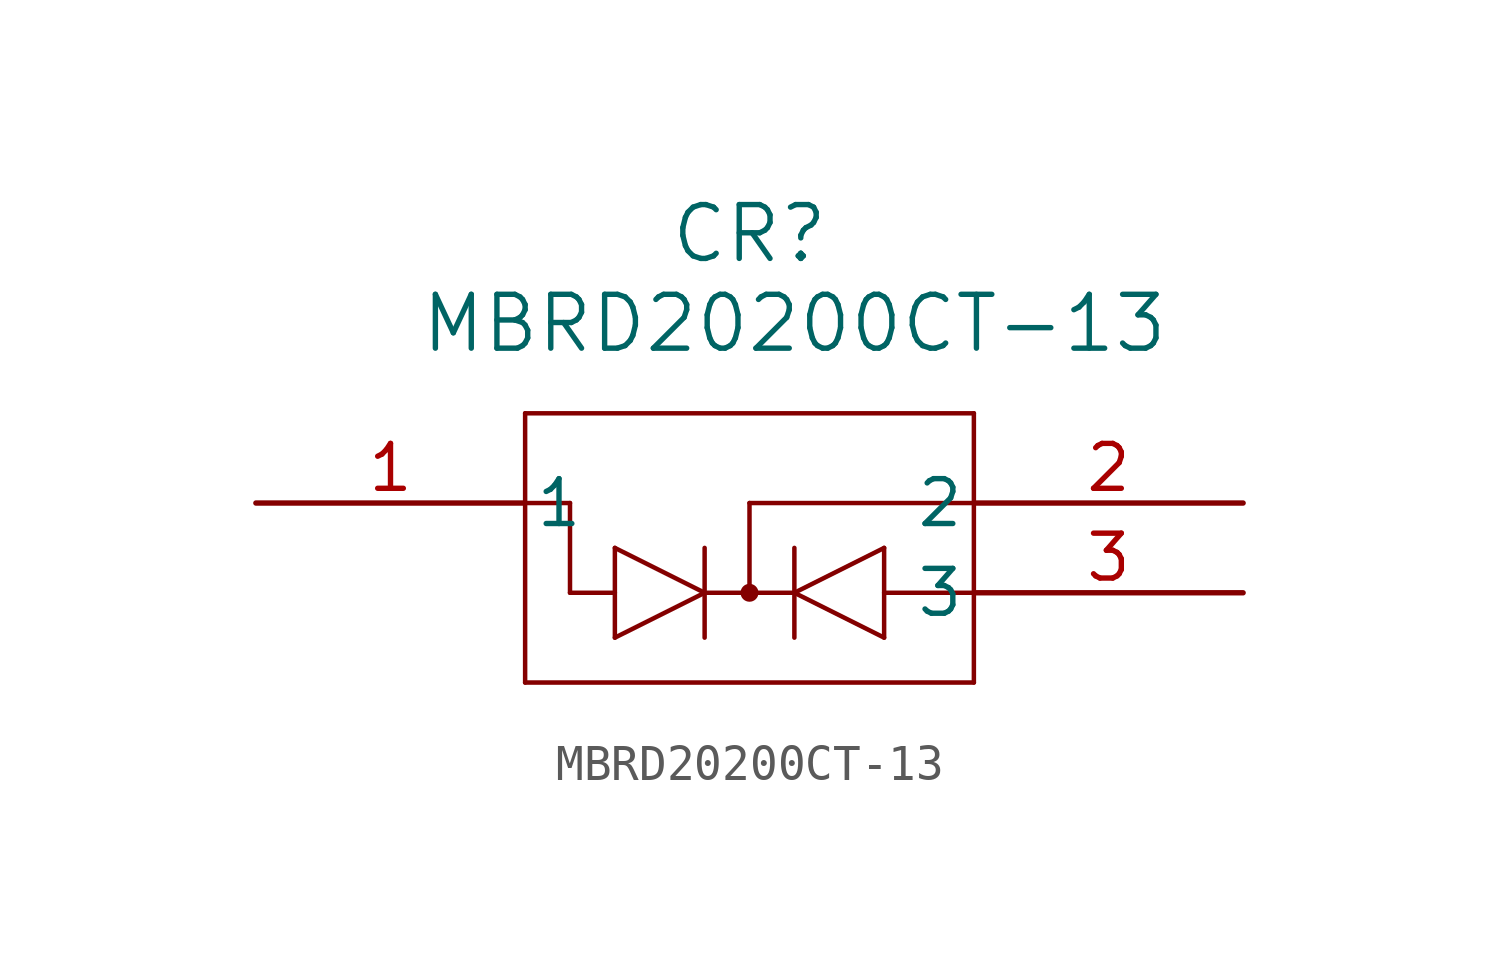
<source format=kicad_sym>
(kicad_symbol_lib
  (version 20211014)
  (generator kicad_symbol_editor)
  (symbol "MBRD20200CT-13"
    (pin_names
      (offset 0.254))
    (property "Reference" "CR"
      (at 13.97 7.62 0)
      (effects (font (size 1.524 1.524))))
    (property "Value" "MBRD20200CT-13"
      (at 15.24 5.08 0)
      (effects (font (size 1.524 1.524))))
    (symbol "MBRD20200CT-13_0_1"
      (polyline (pts (xy 7.62 2.54) (xy 7.62 -5.08)) (stroke (width 0.127) (type default) (color 0 0 0 0)) (fill (type none)))
      (polyline (pts (xy 7.62 -5.08) (xy 20.32 -5.08)) (stroke (width 0.127) (type default) (color 0 0 0 0)) (fill (type none)))
      (polyline (pts (xy 20.32 -5.08) (xy 20.32 2.54)) (stroke (width 0.127) (type default) (color 0 0 0 0)) (fill (type none)))
      (polyline (pts (xy 20.32 2.54) (xy 7.62 2.54)) (stroke (width 0.127) (type default) (color 0 0 0 0)) (fill (type none)))
      (polyline (pts (xy 7.62 0) (xy 8.89 0)) (stroke (width 0.127) (type default) (color 0 0 0 0)) (fill (type none)))
      (polyline (pts (xy 8.89 0) (xy 8.89 -2.54)) (stroke (width 0.127) (type default) (color 0 0 0 0)) (fill (type none)))
      (polyline (pts (xy 8.89 -2.54) (xy 10.16 -2.54)) (stroke (width 0.127) (type default) (color 0 0 0 0)) (fill (type none)))
      (polyline (pts (xy 20.32 -2.54) (xy 17.78 -2.54)) (stroke (width 0.127) (type default) (color 0 0 0 0)) (fill (type none)))
      (polyline (pts (xy 10.16 -1.27) (xy 10.16 -3.81)) (stroke (width 0.127) (type default) (color 0 0 0 0)) (fill (type none)))
      (polyline (pts (xy 10.16 -3.81) (xy 12.7 -2.54)) (stroke (width 0.127) (type default) (color 0 0 0 0)) (fill (type none)))
      (polyline (pts (xy 12.7 -1.27) (xy 12.7 -3.81)) (stroke (width 0.127) (type default) (color 0 0 0 0)) (fill (type none)))
      (polyline (pts (xy 12.7 -2.54) (xy 10.16 -1.27)) (stroke (width 0.127) (type default) (color 0 0 0 0)) (fill (type none)))
      (polyline (pts (xy 17.78 -1.27) (xy 17.78 -3.81)) (stroke (width 0.127) (type default) (color 0 0 0 0)) (fill (type none)))
      (polyline (pts (xy 17.78 -3.81) (xy 15.24 -2.54)) (stroke (width 0.127) (type default) (color 0 0 0 0)) (fill (type none)))
      (polyline (pts (xy 15.24 -2.54) (xy 17.78 -1.27)) (stroke (width 0.127) (type default) (color 0 0 0 0)) (fill (type none)))
      (polyline (pts (xy 12.7 -2.54) (xy 15.24 -2.54)) (stroke (width 0.127) (type default) (color 0 0 0 0)) (fill (type none)))
      (polyline (pts (xy 13.97 -2.54) (xy 13.97 0)) (stroke (width 0.127) (type default) (color 0 0 0 0)) (fill (type none)))
      (polyline (pts (xy 13.97 0) (xy 20.32 0)) (stroke (width 0.127) (type default) (color 0 0 0 0)) (fill (type none)))
      (circle (center 13.97 -2.54) (radius 0.127) (stroke (width 0.254) (type default) (color 0 0 0 0)) (fill (type none)))
      (polyline (pts (xy 15.24 -1.27) (xy 15.24 -3.81)) (stroke (width 0.127) (type default) (color 0 0 0 0)) (fill (type none)))
      (pin unspecified line (at 0 0 0) (length 7.62) (name "1" (effects (font (size 1.27 1.27)))) (number "1" (effects (font (size 1.27 1.27)))))
      (pin unspecified line (at 27.94 0 180) (length 7.62) (name "2" (effects (font (size 1.27 1.27)))) (number "2" (effects (font (size 1.27 1.27)))))
      (pin unspecified line (at 27.94 -2.54 180) (length 7.62) (name "3" (effects (font (size 1.27 1.27)))) (number "3" (effects (font (size 1.27 1.27))))))))
</source>
